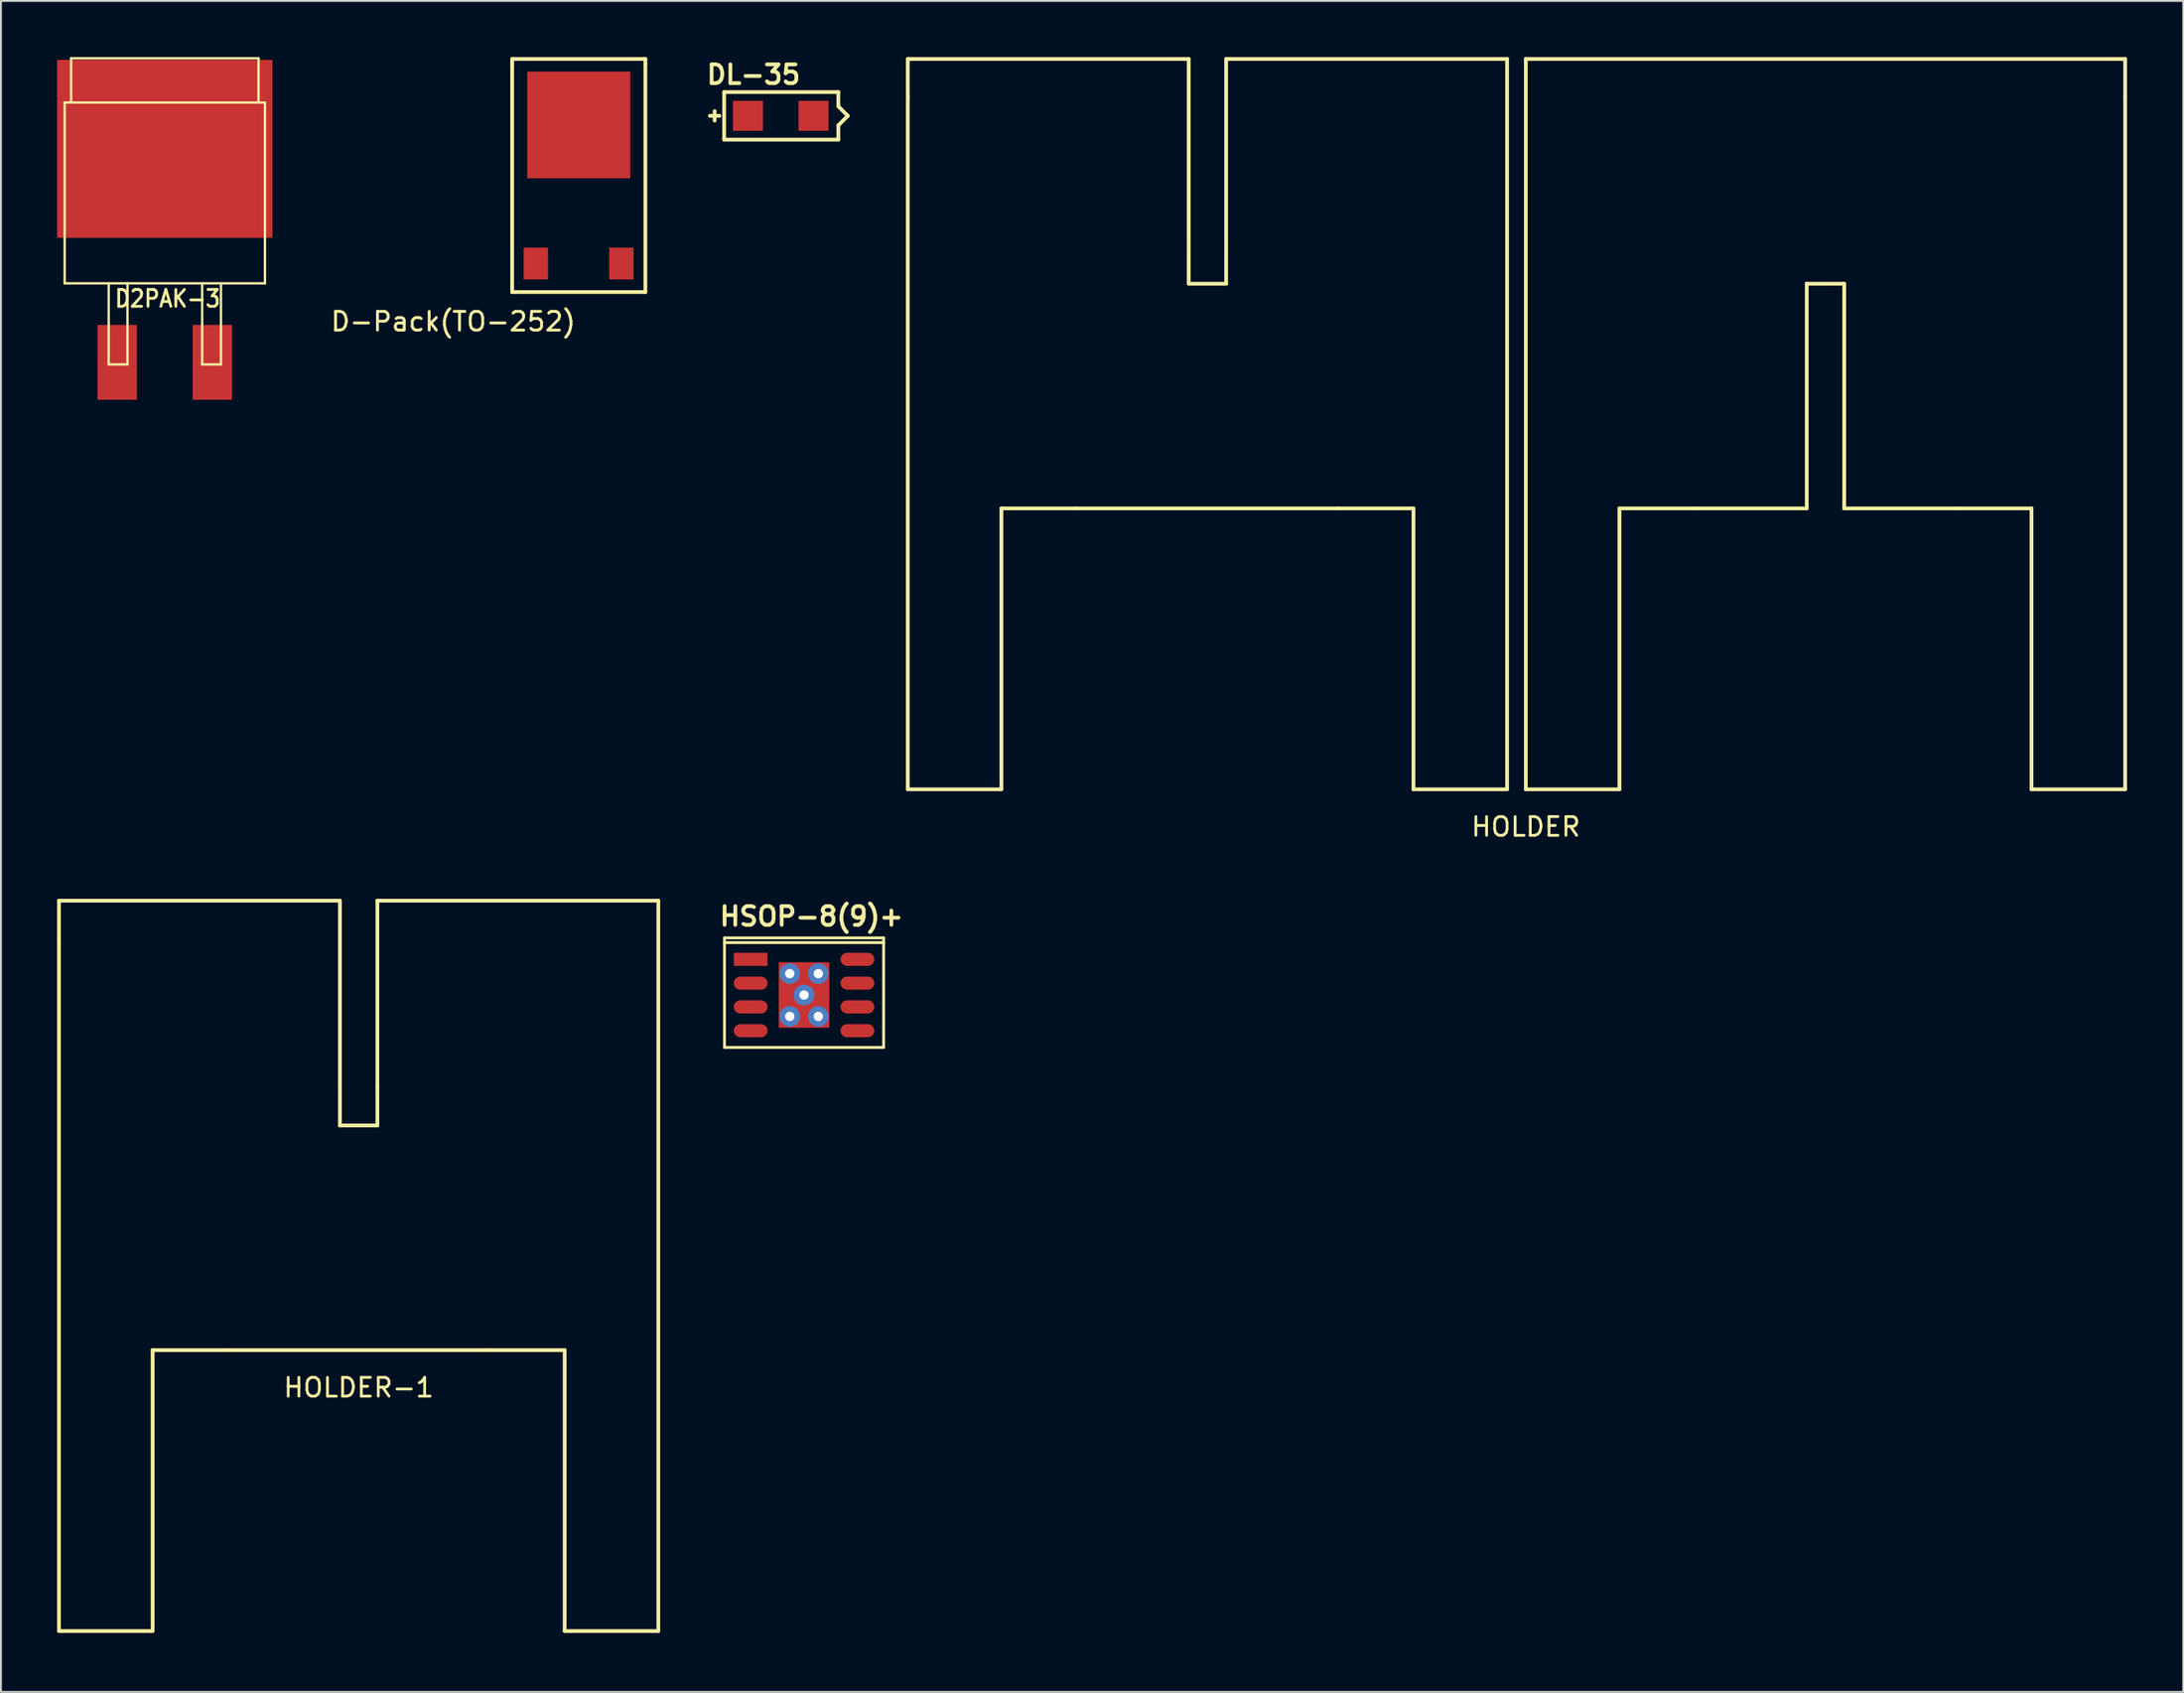
<source format=kicad_pcb>
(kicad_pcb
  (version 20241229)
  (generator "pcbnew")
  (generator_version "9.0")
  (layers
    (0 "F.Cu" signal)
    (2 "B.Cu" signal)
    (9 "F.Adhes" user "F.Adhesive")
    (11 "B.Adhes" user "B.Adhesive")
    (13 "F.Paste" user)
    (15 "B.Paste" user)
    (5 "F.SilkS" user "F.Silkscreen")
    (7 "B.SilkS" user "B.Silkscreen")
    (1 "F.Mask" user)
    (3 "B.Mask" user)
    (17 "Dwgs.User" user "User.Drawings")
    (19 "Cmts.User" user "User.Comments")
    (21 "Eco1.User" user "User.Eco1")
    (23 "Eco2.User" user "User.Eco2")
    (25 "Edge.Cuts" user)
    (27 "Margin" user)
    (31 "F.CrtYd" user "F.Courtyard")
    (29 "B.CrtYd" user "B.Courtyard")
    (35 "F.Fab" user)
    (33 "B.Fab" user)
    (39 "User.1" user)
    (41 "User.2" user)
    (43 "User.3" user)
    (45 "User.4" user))
  (footprint "D-Pack(TO-252)"
    (layer "F.Cu")
    (at 27.852 11.022)
    (property "Reference" "D-Pack(TO-252)" (at -6.7 3.1 0) (layer "F.SilkS") (effects (font (size 1 1) (thickness 0.152))))
    (attr through_hole)
    (fp_line (start -3.556 -10.922) (end -3.556 -10.668) (stroke (width 0.201) (type solid)) (layer "F.SilkS"))
    (fp_line (start -3.556 -10.922) (end 3.556 -10.922) (stroke (width 0.201) (type solid)) (layer "F.SilkS"))
    (fp_line (start -3.556 1.524) (end -3.556 -10.668) (stroke (width 0.201) (type solid)) (layer "F.SilkS"))
    (fp_line (start 3.556 -10.922) (end 3.556 -10.668) (stroke (width 0.201) (type solid)) (layer "F.SilkS"))
    (fp_line (start 3.556 -10.668) (end 3.556 1.524) (stroke (width 0.201) (type solid)) (layer "F.SilkS"))
    (fp_line (start 3.556 1.524) (end -3.556 1.524) (stroke (width 0.201) (type solid)) (layer "F.SilkS"))
    (pad "1" smd rect (at -2.291 0) (size 1.3 1.699) (layers "F.Cu" "F.Mask" "F.Paste"))
    (pad "2" smd rect (at 0 -7.399) (size 5.499 5.7) (layers "F.Cu" "F.Mask" "F.Paste"))
    (pad "3" smd rect (at 2.278 0) (size 1.3 1.699) (layers "F.Cu" "F.Mask" "F.Paste")))
  (footprint "DL-35"
    (layer "F.Cu")
    (at 36.885 3.136)
    (property "Reference" "DL-35" (at 0.3 -2.2 0) (layer "F.SilkS") (effects (font (size 1 1) (thickness 0.2))))
    (attr through_hole)
    (fp_line (start -2.032 0) (end -1.524 0) (stroke (width 0.201) (type solid)) (layer "F.SilkS"))
    (fp_line (start -1.778 -0.254) (end -1.778 0.254) (stroke (width 0.201) (type solid)) (layer "F.SilkS"))
    (fp_line (start -1.27 -1.27) (end 4.826 -1.27) (stroke (width 0.201) (type solid)) (layer "F.SilkS"))
    (fp_line (start -1.27 1.27) (end -1.27 -1.27) (stroke (width 0.201) (type solid)) (layer "F.SilkS"))
    (fp_line (start 4.826 -1.27) (end 4.826 -0.508) (stroke (width 0.201) (type solid)) (layer "F.SilkS"))
    (fp_line (start 4.826 -0.508) (end 5.334 0) (stroke (width 0.201) (type solid)) (layer "F.SilkS"))
    (fp_line (start 4.826 0.508) (end 4.826 1.27) (stroke (width 0.201) (type solid)) (layer "F.SilkS"))
    (fp_line (start 4.826 1.27) (end -1.27 1.27) (stroke (width 0.201) (type solid)) (layer "F.SilkS"))
    (fp_line (start 5.334 0) (end 4.826 0.508) (stroke (width 0.201) (type solid)) (layer "F.SilkS"))
    (pad "A" smd rect (at 0 0) (size 1.6 1.6) (layers "F.Cu" "F.Mask" "F.Paste"))
    (pad "C" smd rect (at 3.5 0) (size 1.6 1.6) (layers "F.Cu" "F.Mask" "F.Paste")))
  (footprint "HOLDER-1"
    (layer "F.Cu")
    (at 16.1 84.048)
    (property "Reference" "HOLDER-1" (at 0 -13 0) (layer "F.SilkS") (effects (font (size 1 1) (thickness 0.15))))
    (attr through_hole)
    (fp_line (start -16 -37) (end -16 -39) (stroke (width 0.2) (type solid)) (layer "F.SilkS"))
    (fp_line (start -16 0) (end -16 -37) (stroke (width 0.2) (type solid)) (layer "F.SilkS"))
    (fp_line (start -11 -15) (end -7 -15) (stroke (width 0.2) (type solid)) (layer "F.SilkS"))
    (fp_line (start -11 0) (end -16 0) (stroke (width 0.2) (type solid)) (layer "F.SilkS"))
    (fp_line (start -11 0) (end -11 -15) (stroke (width 0.2) (type solid)) (layer "F.SilkS"))
    (fp_line (start -7 -15) (end 7 -15) (stroke (width 0.2) (type solid)) (layer "F.SilkS"))
    (fp_line (start -1 -39) (end -16 -39) (stroke (width 0.2) (type solid)) (layer "F.SilkS"))
    (fp_line (start -1 -29) (end -1 -39) (stroke (width 0.2) (type solid)) (layer "F.SilkS"))
    (fp_line (start -1 -29) (end -1 -27) (stroke (width 0.2) (type solid)) (layer "F.SilkS"))
    (fp_line (start -1 -27) (end 1 -27) (stroke (width 0.2) (type solid)) (layer "F.SilkS"))
    (fp_line (start 1 -39) (end 16 -39) (stroke (width 0.2) (type solid)) (layer "F.SilkS"))
    (fp_line (start 1 -29) (end 1 -39) (stroke (width 0.2) (type solid)) (layer "F.SilkS"))
    (fp_line (start 1 -27) (end 1 -29) (stroke (width 0.2) (type solid)) (layer "F.SilkS"))
    (fp_line (start 11 -15) (end 7 -15) (stroke (width 0.2) (type solid)) (layer "F.SilkS"))
    (fp_line (start 11 0) (end 11 -15) (stroke (width 0.2) (type solid)) (layer "F.SilkS"))
    (fp_line (start 11 0) (end 16 0) (stroke (width 0.2) (type solid)) (layer "F.SilkS"))
    (fp_line (start 16 -39) (end 16 0) (stroke (width 0.2) (type solid)) (layer "F.SilkS")))
  (footprint "HSOP-8(9)+"
    (placed yes)
    (layer "F.Cu")
    (at 39.881 50.084)
    (property "Reference" "HSOP-8(9)+" (at 0.4 -4.2 0) (layer "F.SilkS") (effects (font (size 1 1) (thickness 0.2))))
    (attr smd)
    (fp_line (start -4.249 -3.051) (end 4.249 -3.051) (stroke (width 0.152) (type solid)) (layer "F.SilkS"))
    (fp_line (start -4.249 -2.799) (end -4.249 -3.051) (stroke (width 0.152) (type solid)) (layer "F.SilkS"))
    (fp_line (start -4.249 -2.799) (end -4.249 2.799) (stroke (width 0.152) (type solid)) (layer "F.SilkS"))
    (fp_line (start -4.249 2.799) (end 4.249 2.799) (stroke (width 0.152) (type solid)) (layer "F.SilkS"))
    (fp_line (start 4.249 -3.051) (end 4.249 -2.751) (stroke (width 0.152) (type solid)) (layer "F.SilkS"))
    (fp_line (start 4.249 -2.799) (end -4.249 -2.799) (stroke (width 0.152) (type solid)) (layer "F.SilkS"))
    (fp_line (start 4.249 2.799) (end 4.249 -2.799) (stroke (width 0.152) (type solid)) (layer "F.SilkS"))
    (pad "1" smd rect (at -2.85 -1.905) (size 1.801 0.7) (layers "F.Cu" "F.Mask" "F.Paste"))
    (pad "2" smd oval (at -2.85 -0.635) (size 1.801 0.7) (layers "F.Cu" "F.Mask" "F.Paste"))
    (pad "3" smd oval (at -2.85 0.635) (size 1.801 0.7) (layers "F.Cu" "F.Mask" "F.Paste"))
    (pad "4" smd oval (at -2.85 1.905) (size 1.801 0.7) (layers "F.Cu" "F.Mask" "F.Paste"))
    (pad "5" smd oval (at 2.85 1.905) (size 1.801 0.7) (layers "F.Cu" "F.Mask" "F.Paste"))
    (pad "6" smd oval (at 2.85 0.635) (size 1.801 0.7) (layers "F.Cu" "F.Mask" "F.Paste"))
    (pad "7" smd oval (at 2.85 -0.635) (size 1.801 0.7) (layers "F.Cu" "F.Mask" "F.Paste"))
    (pad "8" smd oval (at 2.85 -1.905) (size 1.801 0.7) (layers "F.Cu" "F.Mask" "F.Paste"))
    (pad "9" thru_hole circle (at -0.762 -1.143) (size 1.1 1.1) (drill 0.5) (layers "*.Cu" "F.Mask"))
    (pad "9" thru_hole circle (at -0.762 1.143) (size 1.1 1.1) (drill 0.5) (layers "*.Cu" "F.Mask"))
    (pad "9" thru_hole circle (at 0 0) (size 1.1 1.1) (drill 0.5) (layers "*.Cu" "F.Mask"))
    (pad "9" smd rect (at 0 0) (size 2.7 3.5) (layers "F.Cu" "F.Mask" "F.Paste"))
    (pad "9" thru_hole circle (at 0.762 -1.143) (size 1.1 1.1) (drill 0.5) (layers "*.Cu" "F.Mask"))
    (pad "9" thru_hole circle (at 0.762 1.143) (size 1.1 1.1) (drill 0.5) (layers "*.Cu" "F.Mask")))
  (footprint "HOLDER"
    (layer "F.Cu")
    (at 61.419 39.1)
    (property "Reference" "HOLDER" (at 17 2 0) (layer "F.SilkS") (effects (font (size 1 1) (thickness 0.15))))
    (attr through_hole)
    (fp_line (start -16 -37) (end -16 -39) (stroke (width 0.2) (type solid)) (layer "F.SilkS"))
    (fp_line (start -16 0) (end -16 -37) (stroke (width 0.2) (type solid)) (layer "F.SilkS"))
    (fp_line (start -11 -15) (end -7 -15) (stroke (width 0.2) (type solid)) (layer "F.SilkS"))
    (fp_line (start -11 0) (end -16 0) (stroke (width 0.2) (type solid)) (layer "F.SilkS"))
    (fp_line (start -11 0) (end -11 -15) (stroke (width 0.2) (type solid)) (layer "F.SilkS"))
    (fp_line (start -7 -15) (end 7 -15) (stroke (width 0.2) (type solid)) (layer "F.SilkS"))
    (fp_line (start -1 -39) (end -16 -39) (stroke (width 0.2) (type solid)) (layer "F.SilkS"))
    (fp_line (start -1 -29) (end -1 -39) (stroke (width 0.2) (type solid)) (layer "F.SilkS"))
    (fp_line (start -1 -29) (end -1 -27) (stroke (width 0.2) (type solid)) (layer "F.SilkS"))
    (fp_line (start -1 -27) (end 1 -27) (stroke (width 0.2) (type solid)) (layer "F.SilkS"))
    (fp_line (start 1 -39) (end 16 -39) (stroke (width 0.2) (type solid)) (layer "F.SilkS"))
    (fp_line (start 1 -29) (end 1 -39) (stroke (width 0.2) (type solid)) (layer "F.SilkS"))
    (fp_line (start 1 -27) (end 1 -29) (stroke (width 0.2) (type solid)) (layer "F.SilkS"))
    (fp_line (start 11 -15) (end 7 -15) (stroke (width 0.2) (type solid)) (layer "F.SilkS"))
    (fp_line (start 11 0) (end 11 -15) (stroke (width 0.2) (type solid)) (layer "F.SilkS"))
    (fp_line (start 11 0) (end 16 0) (stroke (width 0.2) (type solid)) (layer "F.SilkS"))
    (fp_line (start 16 -39) (end 16 0) (stroke (width 0.2) (type solid)) (layer "F.SilkS"))
    (fp_line (start 17 -39) (end 17 0) (stroke (width 0.2) (type solid)) (layer "F.SilkS"))
    (fp_line (start 17 0) (end 22 0) (stroke (width 0.2) (type solid)) (layer "F.SilkS"))
    (fp_line (start 22 0) (end 22 -15) (stroke (width 0.2) (type solid)) (layer "F.SilkS"))
    (fp_line (start 26 -15) (end 22 -15) (stroke (width 0.2) (type solid)) (layer "F.SilkS"))
    (fp_line (start 26 -15) (end 32 -15) (stroke (width 0.2) (type solid)) (layer "F.SilkS"))
    (fp_line (start 32 -27) (end 32 -15) (stroke (width 0.2) (type solid)) (layer "F.SilkS"))
    (fp_line (start 32 -27) (end 34 -27) (stroke (width 0.2) (type solid)) (layer "F.SilkS"))
    (fp_line (start 34 -27) (end 34 -15) (stroke (width 0.2) (type solid)) (layer "F.SilkS"))
    (fp_line (start 40 -15) (end 34 -15) (stroke (width 0.2) (type solid)) (layer "F.SilkS"))
    (fp_line (start 44 -15) (end 40 -15) (stroke (width 0.2) (type solid)) (layer "F.SilkS"))
    (fp_line (start 44 0) (end 44 -15) (stroke (width 0.2) (type solid)) (layer "F.SilkS"))
    (fp_line (start 44 0) (end 49 0) (stroke (width 0.2) (type solid)) (layer "F.SilkS"))
    (fp_line (start 49 -39) (end 17 -39) (stroke (width 0.2) (type solid)) (layer "F.SilkS"))
    (fp_line (start 49 -37) (end 49 -39) (stroke (width 0.2) (type solid)) (layer "F.SilkS"))
    (fp_line (start 49 0) (end 49 -37) (stroke (width 0.2) (type solid)) (layer "F.SilkS")))
  (footprint "D2PAK-3"
    (layer "F.Cu")
    (at 5.75 9.398)
    (property "Reference" "D2PAK-3" (at 0.15 3.5 0) (layer "F.SilkS") (effects (font (size 0.9 0.8) (thickness 0.15))))
    (attr through_hole)
    (fp_line (start -5.347 -6.972) (end 5.347 -6.972) (stroke (width 0.127) (type solid)) (layer "F.SilkS"))
    (fp_line (start -5.347 2.68) (end -5.347 -6.972) (stroke (width 0.127) (type solid)) (layer "F.SilkS"))
    (fp_line (start -5.004 -9.335) (end 5.004 -9.335) (stroke (width 0.127) (type solid)) (layer "F.SilkS"))
    (fp_line (start -5.004 -6.972) (end -5.004 -9.335) (stroke (width 0.127) (type solid)) (layer "F.SilkS"))
    (fp_line (start -2.997 2.68) (end -2.997 7.01) (stroke (width 0.127) (type solid)) (layer "F.SilkS"))
    (fp_line (start -2.997 7.01) (end -1.994 7.01) (stroke (width 0.127) (type solid)) (layer "F.SilkS"))
    (fp_line (start -1.994 7.01) (end -1.994 2.68) (stroke (width 0.127) (type solid)) (layer "F.SilkS"))
    (fp_line (start 1.994 2.68) (end 1.994 7.01) (stroke (width 0.127) (type solid)) (layer "F.SilkS"))
    (fp_line (start 1.994 7.01) (end 2.997 7.01) (stroke (width 0.127) (type solid)) (layer "F.SilkS"))
    (fp_line (start 2.997 7.01) (end 2.997 2.68) (stroke (width 0.127) (type solid)) (layer "F.SilkS"))
    (fp_line (start 5.004 -9.335) (end 5.004 -6.972) (stroke (width 0.127) (type solid)) (layer "F.SilkS"))
    (fp_line (start 5.347 -6.972) (end 5.347 2.68) (stroke (width 0.127) (type solid)) (layer "F.SilkS"))
    (fp_line (start 5.347 2.68) (end -5.347 2.68) (stroke (width 0.127) (type solid)) (layer "F.SilkS"))
    (pad "1" smd rect (at -2.54 6.9) (size 2.1 4) (layers "F.Cu" "F.Mask" "F.Paste"))
    (pad "2" smd rect (at 0 -4.5) (size 11.5 9.5) (layers "F.Cu" "F.Mask" "F.Paste"))
    (pad "3" smd rect (at 2.54 6.9) (size 2.1 4) (layers "F.Cu" "F.Mask" "F.Paste")))
  (gr_rect
    (start -3 -3)
    (end 113.519 87.298)
    (stroke (width 0.1) (type default))
    (fill no)
    (layer "Edge.Cuts")))
</source>
